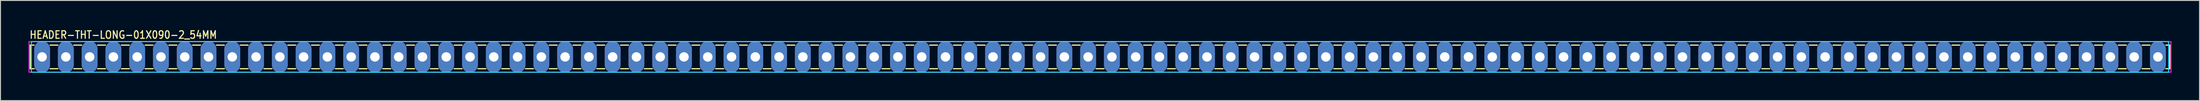
<source format=kicad_pcb>
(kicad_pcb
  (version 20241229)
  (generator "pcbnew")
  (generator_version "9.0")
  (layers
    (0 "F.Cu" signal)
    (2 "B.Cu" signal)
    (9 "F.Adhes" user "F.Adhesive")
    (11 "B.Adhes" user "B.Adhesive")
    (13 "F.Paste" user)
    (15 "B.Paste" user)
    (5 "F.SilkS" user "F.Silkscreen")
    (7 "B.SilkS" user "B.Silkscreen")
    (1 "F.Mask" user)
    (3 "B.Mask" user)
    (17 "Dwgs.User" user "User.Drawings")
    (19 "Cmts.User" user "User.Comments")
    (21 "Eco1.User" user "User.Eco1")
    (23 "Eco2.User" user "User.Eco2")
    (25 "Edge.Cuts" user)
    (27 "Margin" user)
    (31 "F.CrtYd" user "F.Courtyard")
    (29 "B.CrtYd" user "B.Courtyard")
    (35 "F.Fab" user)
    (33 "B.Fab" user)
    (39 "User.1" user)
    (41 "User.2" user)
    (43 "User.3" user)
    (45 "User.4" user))
  (footprint "HEADER-THT-LONG-01X090-2_54MM"
    (layer "F.Cu")
    (at 1.447 3.079)
    (property "Reference" "HEADER-THT-LONG-01X090-2_54MM" (at -1.4 -1.9 0) (unlocked yes) (layer "F.SilkS") (effects (font (size 0.813 0.695) (thickness 0.122)) (justify left bottom)))
    (fp_line (start -1.27 -1.27) (end -1.27 1.27) (stroke (width 0.127) (type solid)) (layer "F.SilkS"))
    (fp_line (start -1.27 1.27) (end -0.85 1.27) (stroke (width 0.127) (type solid)) (layer "F.SilkS"))
    (fp_line (start -0.85 -1.27) (end -1.27 -1.27) (stroke (width 0.127) (type solid)) (layer "F.SilkS"))
    (fp_line (start 0.85 -1.27) (end 1.69 -1.27) (stroke (width 0.127) (type solid)) (layer "F.SilkS"))
    (fp_line (start 0.85 1.27) (end 1.69 1.27) (stroke (width 0.127) (type solid)) (layer "F.SilkS"))
    (fp_line (start 3.39 -1.27) (end 4.23 -1.27) (stroke (width 0.127) (type solid)) (layer "F.SilkS"))
    (fp_line (start 3.39 1.27) (end 4.23 1.27) (stroke (width 0.127) (type solid)) (layer "F.SilkS"))
    (fp_line (start 5.93 -1.27) (end 6.77 -1.27) (stroke (width 0.127) (type solid)) (layer "F.SilkS"))
    (fp_line (start 5.93 1.27) (end 6.77 1.27) (stroke (width 0.127) (type solid)) (layer "F.SilkS"))
    (fp_line (start 8.47 -1.27) (end 9.31 -1.27) (stroke (width 0.127) (type solid)) (layer "F.SilkS"))
    (fp_line (start 8.47 1.27) (end 9.31 1.27) (stroke (width 0.127) (type solid)) (layer "F.SilkS"))
    (fp_line (start 11.01 -1.27) (end 11.85 -1.27) (stroke (width 0.127) (type solid)) (layer "F.SilkS"))
    (fp_line (start 11.01 1.27) (end 11.85 1.27) (stroke (width 0.127) (type solid)) (layer "F.SilkS"))
    (fp_line (start 13.55 -1.27) (end 14.39 -1.27) (stroke (width 0.127) (type solid)) (layer "F.SilkS"))
    (fp_line (start 13.55 1.27) (end 14.39 1.27) (stroke (width 0.127) (type solid)) (layer "F.SilkS"))
    (fp_line (start 16.09 -1.27) (end 16.93 -1.27) (stroke (width 0.127) (type solid)) (layer "F.SilkS"))
    (fp_line (start 16.09 1.27) (end 16.93 1.27) (stroke (width 0.127) (type solid)) (layer "F.SilkS"))
    (fp_line (start 18.63 -1.27) (end 19.47 -1.27) (stroke (width 0.127) (type solid)) (layer "F.SilkS"))
    (fp_line (start 18.63 1.27) (end 19.47 1.27) (stroke (width 0.127) (type solid)) (layer "F.SilkS"))
    (fp_line (start 21.17 -1.27) (end 22.01 -1.27) (stroke (width 0.127) (type solid)) (layer "F.SilkS"))
    (fp_line (start 21.17 1.27) (end 22.01 1.27) (stroke (width 0.127) (type solid)) (layer "F.SilkS"))
    (fp_line (start 23.71 -1.27) (end 24.55 -1.27) (stroke (width 0.127) (type solid)) (layer "F.SilkS"))
    (fp_line (start 23.71 1.27) (end 24.55 1.27) (stroke (width 0.127) (type solid)) (layer "F.SilkS"))
    (fp_line (start 26.25 -1.27) (end 27.09 -1.27) (stroke (width 0.127) (type solid)) (layer "F.SilkS"))
    (fp_line (start 26.25 1.27) (end 27.09 1.27) (stroke (width 0.127) (type solid)) (layer "F.SilkS"))
    (fp_line (start 28.79 -1.27) (end 29.63 -1.27) (stroke (width 0.127) (type solid)) (layer "F.SilkS"))
    (fp_line (start 28.79 1.27) (end 29.63 1.27) (stroke (width 0.127) (type solid)) (layer "F.SilkS"))
    (fp_line (start 31.33 -1.27) (end 32.17 -1.27) (stroke (width 0.127) (type solid)) (layer "F.SilkS"))
    (fp_line (start 31.33 1.27) (end 32.17 1.27) (stroke (width 0.127) (type solid)) (layer "F.SilkS"))
    (fp_line (start 33.87 -1.27) (end 34.71 -1.27) (stroke (width 0.127) (type solid)) (layer "F.SilkS"))
    (fp_line (start 33.87 1.27) (end 34.71 1.27) (stroke (width 0.127) (type solid)) (layer "F.SilkS"))
    (fp_line (start 36.41 -1.27) (end 37.25 -1.27) (stroke (width 0.127) (type solid)) (layer "F.SilkS"))
    (fp_line (start 36.41 1.27) (end 37.25 1.27) (stroke (width 0.127) (type solid)) (layer "F.SilkS"))
    (fp_line (start 38.95 -1.27) (end 39.79 -1.27) (stroke (width 0.127) (type solid)) (layer "F.SilkS"))
    (fp_line (start 38.95 1.27) (end 39.79 1.27) (stroke (width 0.127) (type solid)) (layer "F.SilkS"))
    (fp_line (start 41.49 -1.27) (end 42.33 -1.27) (stroke (width 0.127) (type solid)) (layer "F.SilkS"))
    (fp_line (start 41.49 1.27) (end 42.33 1.27) (stroke (width 0.127) (type solid)) (layer "F.SilkS"))
    (fp_line (start 44.03 -1.27) (end 44.87 -1.27) (stroke (width 0.127) (type solid)) (layer "F.SilkS"))
    (fp_line (start 44.03 1.27) (end 44.87 1.27) (stroke (width 0.127) (type solid)) (layer "F.SilkS"))
    (fp_line (start 46.57 -1.27) (end 47.41 -1.27) (stroke (width 0.127) (type solid)) (layer "F.SilkS"))
    (fp_line (start 46.57 1.27) (end 47.41 1.27) (stroke (width 0.127) (type solid)) (layer "F.SilkS"))
    (fp_line (start 49.11 -1.27) (end 49.95 -1.27) (stroke (width 0.127) (type solid)) (layer "F.SilkS"))
    (fp_line (start 49.11 1.27) (end 49.95 1.27) (stroke (width 0.127) (type solid)) (layer "F.SilkS"))
    (fp_line (start 51.65 -1.27) (end 52.49 -1.27) (stroke (width 0.127) (type solid)) (layer "F.SilkS"))
    (fp_line (start 51.65 1.27) (end 52.49 1.27) (stroke (width 0.127) (type solid)) (layer "F.SilkS"))
    (fp_line (start 54.19 -1.27) (end 55.03 -1.27) (stroke (width 0.127) (type solid)) (layer "F.SilkS"))
    (fp_line (start 54.19 1.27) (end 55.03 1.27) (stroke (width 0.127) (type solid)) (layer "F.SilkS"))
    (fp_line (start 56.73 -1.27) (end 57.57 -1.27) (stroke (width 0.127) (type solid)) (layer "F.SilkS"))
    (fp_line (start 56.73 1.27) (end 57.57 1.27) (stroke (width 0.127) (type solid)) (layer "F.SilkS"))
    (fp_line (start 59.27 -1.27) (end 60.11 -1.27) (stroke (width 0.127) (type solid)) (layer "F.SilkS"))
    (fp_line (start 59.27 1.27) (end 60.11 1.27) (stroke (width 0.127) (type solid)) (layer "F.SilkS"))
    (fp_line (start 61.81 -1.27) (end 62.65 -1.27) (stroke (width 0.127) (type solid)) (layer "F.SilkS"))
    (fp_line (start 61.81 1.27) (end 62.65 1.27) (stroke (width 0.127) (type solid)) (layer "F.SilkS"))
    (fp_line (start 64.35 -1.27) (end 65.19 -1.27) (stroke (width 0.127) (type solid)) (layer "F.SilkS"))
    (fp_line (start 64.35 1.27) (end 65.19 1.27) (stroke (width 0.127) (type solid)) (layer "F.SilkS"))
    (fp_line (start 66.89 -1.27) (end 67.73 -1.27) (stroke (width 0.127) (type solid)) (layer "F.SilkS"))
    (fp_line (start 66.89 1.27) (end 67.73 1.27) (stroke (width 0.127) (type solid)) (layer "F.SilkS"))
    (fp_line (start 69.43 -1.27) (end 70.27 -1.27) (stroke (width 0.127) (type solid)) (layer "F.SilkS"))
    (fp_line (start 69.43 1.27) (end 70.27 1.27) (stroke (width 0.127) (type solid)) (layer "F.SilkS"))
    (fp_line (start 71.97 -1.27) (end 72.81 -1.27) (stroke (width 0.127) (type solid)) (layer "F.SilkS"))
    (fp_line (start 71.97 1.27) (end 72.81 1.27) (stroke (width 0.127) (type solid)) (layer "F.SilkS"))
    (fp_line (start 74.51 -1.27) (end 75.35 -1.27) (stroke (width 0.127) (type solid)) (layer "F.SilkS"))
    (fp_line (start 74.51 1.27) (end 75.35 1.27) (stroke (width 0.127) (type solid)) (layer "F.SilkS"))
    (fp_line (start 77.05 -1.27) (end 77.89 -1.27) (stroke (width 0.127) (type solid)) (layer "F.SilkS"))
    (fp_line (start 77.05 1.27) (end 77.89 1.27) (stroke (width 0.127) (type solid)) (layer "F.SilkS"))
    (fp_line (start 79.59 -1.27) (end 80.43 -1.27) (stroke (width 0.127) (type solid)) (layer "F.SilkS"))
    (fp_line (start 79.59 1.27) (end 80.43 1.27) (stroke (width 0.127) (type solid)) (layer "F.SilkS"))
    (fp_line (start 82.13 -1.27) (end 82.97 -1.27) (stroke (width 0.127) (type solid)) (layer "F.SilkS"))
    (fp_line (start 82.13 1.27) (end 82.97 1.27) (stroke (width 0.127) (type solid)) (layer "F.SilkS"))
    (fp_line (start 84.67 -1.27) (end 85.51 -1.27) (stroke (width 0.127) (type solid)) (layer "F.SilkS"))
    (fp_line (start 84.67 1.27) (end 85.51 1.27) (stroke (width 0.127) (type solid)) (layer "F.SilkS"))
    (fp_line (start 87.21 -1.27) (end 88.05 -1.27) (stroke (width 0.127) (type solid)) (layer "F.SilkS"))
    (fp_line (start 87.21 1.27) (end 88.05 1.27) (stroke (width 0.127) (type solid)) (layer "F.SilkS"))
    (fp_line (start 89.75 -1.27) (end 90.59 -1.27) (stroke (width 0.127) (type solid)) (layer "F.SilkS"))
    (fp_line (start 89.75 1.27) (end 90.59 1.27) (stroke (width 0.127) (type solid)) (layer "F.SilkS"))
    (fp_line (start 92.29 -1.27) (end 93.13 -1.27) (stroke (width 0.127) (type solid)) (layer "F.SilkS"))
    (fp_line (start 92.29 1.27) (end 93.13 1.27) (stroke (width 0.127) (type solid)) (layer "F.SilkS"))
    (fp_line (start 94.83 -1.27) (end 95.67 -1.27) (stroke (width 0.127) (type solid)) (layer "F.SilkS"))
    (fp_line (start 94.83 1.27) (end 95.67 1.27) (stroke (width 0.127) (type solid)) (layer "F.SilkS"))
    (fp_line (start 97.37 -1.27) (end 98.21 -1.27) (stroke (width 0.127) (type solid)) (layer "F.SilkS"))
    (fp_line (start 97.37 1.27) (end 98.21 1.27) (stroke (width 0.127) (type solid)) (layer "F.SilkS"))
    (fp_line (start 99.91 -1.27) (end 100.75 -1.27) (stroke (width 0.127) (type solid)) (layer "F.SilkS"))
    (fp_line (start 99.91 1.27) (end 100.75 1.27) (stroke (width 0.127) (type solid)) (layer "F.SilkS"))
    (fp_line (start 102.45 -1.27) (end 103.29 -1.27) (stroke (width 0.127) (type solid)) (layer "F.SilkS"))
    (fp_line (start 102.45 1.27) (end 103.29 1.27) (stroke (width 0.127) (type solid)) (layer "F.SilkS"))
    (fp_line (start 104.99 -1.27) (end 105.83 -1.27) (stroke (width 0.127) (type solid)) (layer "F.SilkS"))
    (fp_line (start 104.99 1.27) (end 105.83 1.27) (stroke (width 0.127) (type solid)) (layer "F.SilkS"))
    (fp_line (start 107.53 -1.27) (end 108.37 -1.27) (stroke (width 0.127) (type solid)) (layer "F.SilkS"))
    (fp_line (start 107.53 1.27) (end 108.37 1.27) (stroke (width 0.127) (type solid)) (layer "F.SilkS"))
    (fp_line (start 110.07 -1.27) (end 110.91 -1.27) (stroke (width 0.127) (type solid)) (layer "F.SilkS"))
    (fp_line (start 110.07 1.27) (end 110.91 1.27) (stroke (width 0.127) (type solid)) (layer "F.SilkS"))
    (fp_line (start 112.61 -1.27) (end 113.45 -1.27) (stroke (width 0.127) (type solid)) (layer "F.SilkS"))
    (fp_line (start 112.61 1.27) (end 113.45 1.27) (stroke (width 0.127) (type solid)) (layer "F.SilkS"))
    (fp_line (start 115.15 -1.27) (end 115.99 -1.27) (stroke (width 0.127) (type solid)) (layer "F.SilkS"))
    (fp_line (start 115.15 1.27) (end 115.99 1.27) (stroke (width 0.127) (type solid)) (layer "F.SilkS"))
    (fp_line (start 117.69 -1.27) (end 118.53 -1.27) (stroke (width 0.127) (type solid)) (layer "F.SilkS"))
    (fp_line (start 117.69 1.27) (end 118.53 1.27) (stroke (width 0.127) (type solid)) (layer "F.SilkS"))
    (fp_line (start 120.23 -1.27) (end 121.07 -1.27) (stroke (width 0.127) (type solid)) (layer "F.SilkS"))
    (fp_line (start 120.23 1.27) (end 121.07 1.27) (stroke (width 0.127) (type solid)) (layer "F.SilkS"))
    (fp_line (start 122.77 -1.27) (end 123.61 -1.27) (stroke (width 0.127) (type solid)) (layer "F.SilkS"))
    (fp_line (start 122.77 1.27) (end 123.61 1.27) (stroke (width 0.127) (type solid)) (layer "F.SilkS"))
    (fp_line (start 125.31 -1.27) (end 126.15 -1.27) (stroke (width 0.127) (type solid)) (layer "F.SilkS"))
    (fp_line (start 125.31 1.27) (end 126.15 1.27) (stroke (width 0.127) (type solid)) (layer "F.SilkS"))
    (fp_line (start 127.85 -1.27) (end 128.69 -1.27) (stroke (width 0.127) (type solid)) (layer "F.SilkS"))
    (fp_line (start 127.85 1.27) (end 128.69 1.27) (stroke (width 0.127) (type solid)) (layer "F.SilkS"))
    (fp_line (start 130.39 -1.27) (end 131.23 -1.27) (stroke (width 0.127) (type solid)) (layer "F.SilkS"))
    (fp_line (start 130.39 1.27) (end 131.23 1.27) (stroke (width 0.127) (type solid)) (layer "F.SilkS"))
    (fp_line (start 132.93 -1.27) (end 133.77 -1.27) (stroke (width 0.127) (type solid)) (layer "F.SilkS"))
    (fp_line (start 132.93 1.27) (end 133.77 1.27) (stroke (width 0.127) (type solid)) (layer "F.SilkS"))
    (fp_line (start 135.47 -1.27) (end 136.31 -1.27) (stroke (width 0.127) (type solid)) (layer "F.SilkS"))
    (fp_line (start 135.47 1.27) (end 136.31 1.27) (stroke (width 0.127) (type solid)) (layer "F.SilkS"))
    (fp_line (start 138.01 -1.27) (end 138.85 -1.27) (stroke (width 0.127) (type solid)) (layer "F.SilkS"))
    (fp_line (start 138.01 1.27) (end 138.85 1.27) (stroke (width 0.127) (type solid)) (layer "F.SilkS"))
    (fp_line (start 140.55 -1.27) (end 141.39 -1.27) (stroke (width 0.127) (type solid)) (layer "F.SilkS"))
    (fp_line (start 140.55 1.27) (end 141.39 1.27) (stroke (width 0.127) (type solid)) (layer "F.SilkS"))
    (fp_line (start 143.09 -1.27) (end 143.93 -1.27) (stroke (width 0.127) (type solid)) (layer "F.SilkS"))
    (fp_line (start 143.09 1.27) (end 143.93 1.27) (stroke (width 0.127) (type solid)) (layer "F.SilkS"))
    (fp_line (start 145.63 -1.27) (end 146.47 -1.27) (stroke (width 0.127) (type solid)) (layer "F.SilkS"))
    (fp_line (start 145.63 1.27) (end 146.47 1.27) (stroke (width 0.127) (type solid)) (layer "F.SilkS"))
    (fp_line (start 148.17 -1.27) (end 149.01 -1.27) (stroke (width 0.127) (type solid)) (layer "F.SilkS"))
    (fp_line (start 148.17 1.27) (end 149.01 1.27) (stroke (width 0.127) (type solid)) (layer "F.SilkS"))
    (fp_line (start 150.71 -1.27) (end 151.55 -1.27) (stroke (width 0.127) (type solid)) (layer "F.SilkS"))
    (fp_line (start 150.71 1.27) (end 151.55 1.27) (stroke (width 0.127) (type solid)) (layer "F.SilkS"))
    (fp_line (start 153.25 -1.27) (end 154.09 -1.27) (stroke (width 0.127) (type solid)) (layer "F.SilkS"))
    (fp_line (start 153.25 1.27) (end 154.09 1.27) (stroke (width 0.127) (type solid)) (layer "F.SilkS"))
    (fp_line (start 155.79 -1.27) (end 156.63 -1.27) (stroke (width 0.127) (type solid)) (layer "F.SilkS"))
    (fp_line (start 155.79 1.27) (end 156.63 1.27) (stroke (width 0.127) (type solid)) (layer "F.SilkS"))
    (fp_line (start 158.33 -1.27) (end 159.17 -1.27) (stroke (width 0.127) (type solid)) (layer "F.SilkS"))
    (fp_line (start 158.33 1.27) (end 159.17 1.27) (stroke (width 0.127) (type solid)) (layer "F.SilkS"))
    (fp_line (start 160.87 -1.27) (end 161.71 -1.27) (stroke (width 0.127) (type solid)) (layer "F.SilkS"))
    (fp_line (start 160.87 1.27) (end 161.71 1.27) (stroke (width 0.127) (type solid)) (layer "F.SilkS"))
    (fp_line (start 163.41 -1.27) (end 164.25 -1.27) (stroke (width 0.127) (type solid)) (layer "F.SilkS"))
    (fp_line (start 163.41 1.27) (end 164.25 1.27) (stroke (width 0.127) (type solid)) (layer "F.SilkS"))
    (fp_line (start 165.95 -1.27) (end 166.79 -1.27) (stroke (width 0.127) (type solid)) (layer "F.SilkS"))
    (fp_line (start 165.95 1.27) (end 166.79 1.27) (stroke (width 0.127) (type solid)) (layer "F.SilkS"))
    (fp_line (start 168.49 -1.27) (end 169.33 -1.27) (stroke (width 0.127) (type solid)) (layer "F.SilkS"))
    (fp_line (start 168.49 1.27) (end 169.33 1.27) (stroke (width 0.127) (type solid)) (layer "F.SilkS"))
    (fp_line (start 171.03 -1.27) (end 171.87 -1.27) (stroke (width 0.127) (type solid)) (layer "F.SilkS"))
    (fp_line (start 171.03 1.27) (end 171.87 1.27) (stroke (width 0.127) (type solid)) (layer "F.SilkS"))
    (fp_line (start 173.57 -1.27) (end 174.41 -1.27) (stroke (width 0.127) (type solid)) (layer "F.SilkS"))
    (fp_line (start 173.57 1.27) (end 174.41 1.27) (stroke (width 0.127) (type solid)) (layer "F.SilkS"))
    (fp_line (start 176.11 -1.27) (end 176.95 -1.27) (stroke (width 0.127) (type solid)) (layer "F.SilkS"))
    (fp_line (start 176.11 1.27) (end 176.95 1.27) (stroke (width 0.127) (type solid)) (layer "F.SilkS"))
    (fp_line (start 178.65 -1.27) (end 179.49 -1.27) (stroke (width 0.127) (type solid)) (layer "F.SilkS"))
    (fp_line (start 178.65 1.27) (end 179.49 1.27) (stroke (width 0.127) (type solid)) (layer "F.SilkS"))
    (fp_line (start 181.19 -1.27) (end 182.03 -1.27) (stroke (width 0.127) (type solid)) (layer "F.SilkS"))
    (fp_line (start 181.19 1.27) (end 182.03 1.27) (stroke (width 0.127) (type solid)) (layer "F.SilkS"))
    (fp_line (start 183.73 -1.27) (end 184.57 -1.27) (stroke (width 0.127) (type solid)) (layer "F.SilkS"))
    (fp_line (start 183.73 1.27) (end 184.57 1.27) (stroke (width 0.127) (type solid)) (layer "F.SilkS"))
    (fp_line (start 186.27 -1.27) (end 187.11 -1.27) (stroke (width 0.127) (type solid)) (layer "F.SilkS"))
    (fp_line (start 186.27 1.27) (end 187.11 1.27) (stroke (width 0.127) (type solid)) (layer "F.SilkS"))
    (fp_line (start 188.81 -1.27) (end 189.65 -1.27) (stroke (width 0.127) (type solid)) (layer "F.SilkS"))
    (fp_line (start 188.81 1.27) (end 189.65 1.27) (stroke (width 0.127) (type solid)) (layer "F.SilkS"))
    (fp_line (start 191.35 -1.27) (end 192.19 -1.27) (stroke (width 0.127) (type solid)) (layer "F.SilkS"))
    (fp_line (start 191.35 1.27) (end 192.19 1.27) (stroke (width 0.127) (type solid)) (layer "F.SilkS"))
    (fp_line (start 193.89 -1.27) (end 194.73 -1.27) (stroke (width 0.127) (type solid)) (layer "F.SilkS"))
    (fp_line (start 193.89 1.27) (end 194.73 1.27) (stroke (width 0.127) (type solid)) (layer "F.SilkS"))
    (fp_line (start 196.43 -1.27) (end 197.27 -1.27) (stroke (width 0.127) (type solid)) (layer "F.SilkS"))
    (fp_line (start 196.43 1.27) (end 197.27 1.27) (stroke (width 0.127) (type solid)) (layer "F.SilkS"))
    (fp_line (start 198.97 -1.27) (end 199.81 -1.27) (stroke (width 0.127) (type solid)) (layer "F.SilkS"))
    (fp_line (start 198.97 1.27) (end 199.81 1.27) (stroke (width 0.127) (type solid)) (layer "F.SilkS"))
    (fp_line (start 201.51 -1.27) (end 202.35 -1.27) (stroke (width 0.127) (type solid)) (layer "F.SilkS"))
    (fp_line (start 201.51 1.27) (end 202.35 1.27) (stroke (width 0.127) (type solid)) (layer "F.SilkS"))
    (fp_line (start 204.05 -1.27) (end 204.89 -1.27) (stroke (width 0.127) (type solid)) (layer "F.SilkS"))
    (fp_line (start 204.05 1.27) (end 204.89 1.27) (stroke (width 0.127) (type solid)) (layer "F.SilkS"))
    (fp_line (start 206.59 -1.27) (end 207.43 -1.27) (stroke (width 0.127) (type solid)) (layer "F.SilkS"))
    (fp_line (start 206.59 1.27) (end 207.43 1.27) (stroke (width 0.127) (type solid)) (layer "F.SilkS"))
    (fp_line (start 209.13 -1.27) (end 209.97 -1.27) (stroke (width 0.127) (type solid)) (layer "F.SilkS"))
    (fp_line (start 209.13 1.27) (end 209.97 1.27) (stroke (width 0.127) (type solid)) (layer "F.SilkS"))
    (fp_line (start 211.67 -1.27) (end 212.51 -1.27) (stroke (width 0.127) (type solid)) (layer "F.SilkS"))
    (fp_line (start 211.67 1.27) (end 212.51 1.27) (stroke (width 0.127) (type solid)) (layer "F.SilkS"))
    (fp_line (start 214.21 -1.27) (end 215.05 -1.27) (stroke (width 0.127) (type solid)) (layer "F.SilkS"))
    (fp_line (start 214.21 1.27) (end 215.05 1.27) (stroke (width 0.127) (type solid)) (layer "F.SilkS"))
    (fp_line (start 216.75 -1.27) (end 217.59 -1.27) (stroke (width 0.127) (type solid)) (layer "F.SilkS"))
    (fp_line (start 216.75 1.27) (end 217.59 1.27) (stroke (width 0.127) (type solid)) (layer "F.SilkS"))
    (fp_line (start 219.29 -1.27) (end 220.13 -1.27) (stroke (width 0.127) (type solid)) (layer "F.SilkS"))
    (fp_line (start 219.29 1.27) (end 220.13 1.27) (stroke (width 0.127) (type solid)) (layer "F.SilkS"))
    (fp_line (start 221.83 -1.27) (end 222.67 -1.27) (stroke (width 0.127) (type solid)) (layer "F.SilkS"))
    (fp_line (start 221.83 1.27) (end 222.67 1.27) (stroke (width 0.127) (type solid)) (layer "F.SilkS"))
    (fp_line (start 224.37 -1.27) (end 225.21 -1.27) (stroke (width 0.127) (type solid)) (layer "F.SilkS"))
    (fp_line (start 224.37 1.27) (end 225.21 1.27) (stroke (width 0.127) (type solid)) (layer "F.SilkS"))
    (fp_line (start 226.91 -1.27) (end 227.33 -1.27) (stroke (width 0.127) (type solid)) (layer "F.SilkS"))
    (fp_line (start 227.33 -1.27) (end 227.33 1.27) (stroke (width 0.127) (type solid)) (layer "F.SilkS"))
    (fp_line (start 227.33 1.27) (end 226.91 1.27) (stroke (width 0.127) (type solid)) (layer "F.SilkS"))
    (fp_poly (pts (xy -1.143 -1.651) (xy 227.203 -1.651) (xy 227.203 1.651) (xy -1.143 1.651)) (stroke (width 0.1) (type solid)) (fill no) (layer "B.CrtYd"))
    (fp_poly (pts (xy -1.397 -1.651) (xy 227.457 -1.651) (xy 227.457 1.651) (xy -1.397 1.651)) (stroke (width 0.1) (type solid)) (fill no) (layer "F.CrtYd"))
    (pad "1" thru_hole oval (at 0 0 90) (size 3.387 1.693) (drill 1.016) (layers "*.Cu" "*.Mask"))
    (pad "2" thru_hole oval (at 2.54 0 90) (size 3.387 1.693) (drill 1.016) (layers "*.Cu" "*.Mask"))
    (pad "3" thru_hole oval (at 5.08 0 90) (size 3.387 1.693) (drill 1.016) (layers "*.Cu" "*.Mask"))
    (pad "4" thru_hole oval (at 7.62 0 90) (size 3.387 1.693) (drill 1.016) (layers "*.Cu" "*.Mask"))
    (pad "5" thru_hole oval (at 10.16 0 90) (size 3.387 1.693) (drill 1.016) (layers "*.Cu" "*.Mask"))
    (pad "6" thru_hole oval (at 12.7 0 90) (size 3.387 1.693) (drill 1.016) (layers "*.Cu" "*.Mask"))
    (pad "7" thru_hole oval (at 15.24 0 90) (size 3.387 1.693) (drill 1.016) (layers "*.Cu" "*.Mask"))
    (pad "8" thru_hole oval (at 17.78 0 90) (size 3.387 1.693) (drill 1.016) (layers "*.Cu" "*.Mask"))
    (pad "9" thru_hole oval (at 20.32 0 90) (size 3.387 1.693) (drill 1.016) (layers "*.Cu" "*.Mask"))
    (pad "10" thru_hole oval (at 22.86 0 90) (size 3.387 1.693) (drill 1.016) (layers "*.Cu" "*.Mask"))
    (pad "11" thru_hole oval (at 25.4 0 90) (size 3.387 1.693) (drill 1.016) (layers "*.Cu" "*.Mask"))
    (pad "12" thru_hole oval (at 27.94 0 90) (size 3.387 1.693) (drill 1.016) (layers "*.Cu" "*.Mask"))
    (pad "13" thru_hole oval (at 30.48 0 90) (size 3.387 1.693) (drill 1.016) (layers "*.Cu" "*.Mask"))
    (pad "14" thru_hole oval (at 33.02 0 90) (size 3.387 1.693) (drill 1.016) (layers "*.Cu" "*.Mask"))
    (pad "15" thru_hole oval (at 35.56 0 90) (size 3.387 1.693) (drill 1.016) (layers "*.Cu" "*.Mask"))
    (pad "16" thru_hole oval (at 38.1 0 90) (size 3.387 1.693) (drill 1.016) (layers "*.Cu" "*.Mask"))
    (pad "17" thru_hole oval (at 40.64 0 90) (size 3.387 1.693) (drill 1.016) (layers "*.Cu" "*.Mask"))
    (pad "18" thru_hole oval (at 43.18 0 90) (size 3.387 1.693) (drill 1.016) (layers "*.Cu" "*.Mask"))
    (pad "19" thru_hole oval (at 45.72 0 90) (size 3.387 1.693) (drill 1.016) (layers "*.Cu" "*.Mask"))
    (pad "20" thru_hole oval (at 48.26 0 90) (size 3.387 1.693) (drill 1.016) (layers "*.Cu" "*.Mask"))
    (pad "21" thru_hole oval (at 50.8 0 90) (size 3.387 1.693) (drill 1.016) (layers "*.Cu" "*.Mask"))
    (pad "22" thru_hole oval (at 53.34 0 90) (size 3.387 1.693) (drill 1.016) (layers "*.Cu" "*.Mask"))
    (pad "23" thru_hole oval (at 55.88 0 90) (size 3.387 1.693) (drill 1.016) (layers "*.Cu" "*.Mask"))
    (pad "24" thru_hole oval (at 58.42 0 90) (size 3.387 1.693) (drill 1.016) (layers "*.Cu" "*.Mask"))
    (pad "25" thru_hole oval (at 60.96 0 90) (size 3.387 1.693) (drill 1.016) (layers "*.Cu" "*.Mask"))
    (pad "26" thru_hole oval (at 63.5 0 90) (size 3.387 1.693) (drill 1.016) (layers "*.Cu" "*.Mask"))
    (pad "27" thru_hole oval (at 66.04 0 90) (size 3.387 1.693) (drill 1.016) (layers "*.Cu" "*.Mask"))
    (pad "28" thru_hole oval (at 68.58 0 90) (size 3.387 1.693) (drill 1.016) (layers "*.Cu" "*.Mask"))
    (pad "29" thru_hole oval (at 71.12 0 90) (size 3.387 1.693) (drill 1.016) (layers "*.Cu" "*.Mask"))
    (pad "30" thru_hole oval (at 73.66 0 90) (size 3.387 1.693) (drill 1.016) (layers "*.Cu" "*.Mask"))
    (pad "31" thru_hole oval (at 76.2 0 90) (size 3.387 1.693) (drill 1.016) (layers "*.Cu" "*.Mask"))
    (pad "32" thru_hole oval (at 78.74 0 90) (size 3.387 1.693) (drill 1.016) (layers "*.Cu" "*.Mask"))
    (pad "33" thru_hole oval (at 81.28 0 90) (size 3.387 1.693) (drill 1.016) (layers "*.Cu" "*.Mask"))
    (pad "34" thru_hole oval (at 83.82 0 90) (size 3.387 1.693) (drill 1.016) (layers "*.Cu" "*.Mask"))
    (pad "35" thru_hole oval (at 86.36 0 90) (size 3.387 1.693) (drill 1.016) (layers "*.Cu" "*.Mask"))
    (pad "36" thru_hole oval (at 88.9 0 90) (size 3.387 1.693) (drill 1.016) (layers "*.Cu" "*.Mask"))
    (pad "37" thru_hole oval (at 91.44 0 90) (size 3.387 1.693) (drill 1.016) (layers "*.Cu" "*.Mask"))
    (pad "38" thru_hole oval (at 93.98 0 90) (size 3.387 1.693) (drill 1.016) (layers "*.Cu" "*.Mask"))
    (pad "39" thru_hole oval (at 96.52 0 90) (size 3.387 1.693) (drill 1.016) (layers "*.Cu" "*.Mask"))
    (pad "40" thru_hole oval (at 99.06 0 90) (size 3.387 1.693) (drill 1.016) (layers "*.Cu" "*.Mask"))
    (pad "41" thru_hole oval (at 101.6 0 90) (size 3.387 1.693) (drill 1.016) (layers "*.Cu" "*.Mask"))
    (pad "42" thru_hole oval (at 104.14 0 90) (size 3.387 1.693) (drill 1.016) (layers "*.Cu" "*.Mask"))
    (pad "43" thru_hole oval (at 106.68 0 90) (size 3.387 1.693) (drill 1.016) (layers "*.Cu" "*.Mask"))
    (pad "44" thru_hole oval (at 109.22 0 90) (size 3.387 1.693) (drill 1.016) (layers "*.Cu" "*.Mask"))
    (pad "45" thru_hole oval (at 111.76 0 90) (size 3.387 1.693) (drill 1.016) (layers "*.Cu" "*.Mask"))
    (pad "46" thru_hole oval (at 114.3 0 90) (size 3.387 1.693) (drill 1.016) (layers "*.Cu" "*.Mask"))
    (pad "47" thru_hole oval (at 116.84 0 90) (size 3.387 1.693) (drill 1.016) (layers "*.Cu" "*.Mask"))
    (pad "48" thru_hole oval (at 119.38 0 90) (size 3.387 1.693) (drill 1.016) (layers "*.Cu" "*.Mask"))
    (pad "49" thru_hole oval (at 121.92 0 90) (size 3.387 1.693) (drill 1.016) (layers "*.Cu" "*.Mask"))
    (pad "50" thru_hole oval (at 124.46 0 90) (size 3.387 1.693) (drill 1.016) (layers "*.Cu" "*.Mask"))
    (pad "51" thru_hole oval (at 127 0 90) (size 3.387 1.693) (drill 1.016) (layers "*.Cu" "*.Mask"))
    (pad "52" thru_hole oval (at 129.54 0 90) (size 3.387 1.693) (drill 1.016) (layers "*.Cu" "*.Mask"))
    (pad "53" thru_hole oval (at 132.08 0 90) (size 3.387 1.693) (drill 1.016) (layers "*.Cu" "*.Mask"))
    (pad "54" thru_hole oval (at 134.62 0 90) (size 3.387 1.693) (drill 1.016) (layers "*.Cu" "*.Mask"))
    (pad "55" thru_hole oval (at 137.16 0 90) (size 3.387 1.693) (drill 1.016) (layers "*.Cu" "*.Mask"))
    (pad "56" thru_hole oval (at 139.7 0 90) (size 3.387 1.693) (drill 1.016) (layers "*.Cu" "*.Mask"))
    (pad "57" thru_hole oval (at 142.24 0 90) (size 3.387 1.693) (drill 1.016) (layers "*.Cu" "*.Mask"))
    (pad "58" thru_hole oval (at 144.78 0 90) (size 3.387 1.693) (drill 1.016) (layers "*.Cu" "*.Mask"))
    (pad "59" thru_hole oval (at 147.32 0 90) (size 3.387 1.693) (drill 1.016) (layers "*.Cu" "*.Mask"))
    (pad "60" thru_hole oval (at 149.86 0 90) (size 3.387 1.693) (drill 1.016) (layers "*.Cu" "*.Mask"))
    (pad "61" thru_hole oval (at 152.4 0 90) (size 3.387 1.693) (drill 1.016) (layers "*.Cu" "*.Mask"))
    (pad "62" thru_hole oval (at 154.94 0 90) (size 3.387 1.693) (drill 1.016) (layers "*.Cu" "*.Mask"))
    (pad "63" thru_hole oval (at 157.48 0 90) (size 3.387 1.693) (drill 1.016) (layers "*.Cu" "*.Mask"))
    (pad "64" thru_hole oval (at 160.02 0 90) (size 3.387 1.693) (drill 1.016) (layers "*.Cu" "*.Mask"))
    (pad "65" thru_hole oval (at 162.56 0 90) (size 3.387 1.693) (drill 1.016) (layers "*.Cu" "*.Mask"))
    (pad "66" thru_hole oval (at 165.1 0 90) (size 3.387 1.693) (drill 1.016) (layers "*.Cu" "*.Mask"))
    (pad "67" thru_hole oval (at 167.64 0 90) (size 3.387 1.693) (drill 1.016) (layers "*.Cu" "*.Mask"))
    (pad "68" thru_hole oval (at 170.18 0 90) (size 3.387 1.693) (drill 1.016) (layers "*.Cu" "*.Mask"))
    (pad "69" thru_hole oval (at 172.72 0 90) (size 3.387 1.693) (drill 1.016) (layers "*.Cu" "*.Mask"))
    (pad "70" thru_hole oval (at 175.26 0 90) (size 3.387 1.693) (drill 1.016) (layers "*.Cu" "*.Mask"))
    (pad "71" thru_hole oval (at 177.8 0 90) (size 3.387 1.693) (drill 1.016) (layers "*.Cu" "*.Mask"))
    (pad "72" thru_hole oval (at 180.34 0 90) (size 3.387 1.693) (drill 1.016) (layers "*.Cu" "*.Mask"))
    (pad "73" thru_hole oval (at 182.88 0 90) (size 3.387 1.693) (drill 1.016) (layers "*.Cu" "*.Mask"))
    (pad "74" thru_hole oval (at 185.42 0 90) (size 3.387 1.693) (drill 1.016) (layers "*.Cu" "*.Mask"))
    (pad "75" thru_hole oval (at 187.96 0 90) (size 3.387 1.693) (drill 1.016) (layers "*.Cu" "*.Mask"))
    (pad "76" thru_hole oval (at 190.5 0 90) (size 3.387 1.693) (drill 1.016) (layers "*.Cu" "*.Mask"))
    (pad "77" thru_hole oval (at 193.04 0 90) (size 3.387 1.693) (drill 1.016) (layers "*.Cu" "*.Mask"))
    (pad "78" thru_hole oval (at 195.58 0 90) (size 3.387 1.693) (drill 1.016) (layers "*.Cu" "*.Mask"))
    (pad "79" thru_hole oval (at 198.12 0 90) (size 3.387 1.693) (drill 1.016) (layers "*.Cu" "*.Mask"))
    (pad "80" thru_hole oval (at 200.66 0 90) (size 3.387 1.693) (drill 1.016) (layers "*.Cu" "*.Mask"))
    (pad "81" thru_hole oval (at 203.2 0 90) (size 3.387 1.693) (drill 1.016) (layers "*.Cu" "*.Mask"))
    (pad "82" thru_hole oval (at 205.74 0 90) (size 3.387 1.693) (drill 1.016) (layers "*.Cu" "*.Mask"))
    (pad "83" thru_hole oval (at 208.28 0 90) (size 3.387 1.693) (drill 1.016) (layers "*.Cu" "*.Mask"))
    (pad "84" thru_hole oval (at 210.82 0 90) (size 3.387 1.693) (drill 1.016) (layers "*.Cu" "*.Mask"))
    (pad "85" thru_hole oval (at 213.36 0 90) (size 3.387 1.693) (drill 1.016) (layers "*.Cu" "*.Mask"))
    (pad "86" thru_hole oval (at 215.9 0 90) (size 3.387 1.693) (drill 1.016) (layers "*.Cu" "*.Mask"))
    (pad "87" thru_hole oval (at 218.44 0 90) (size 3.387 1.693) (drill 1.016) (layers "*.Cu" "*.Mask"))
    (pad "88" thru_hole oval (at 220.98 0 90) (size 3.387 1.693) (drill 1.016) (layers "*.Cu" "*.Mask"))
    (pad "89" thru_hole oval (at 223.52 0 90) (size 3.387 1.693) (drill 1.016) (layers "*.Cu" "*.Mask"))
    (pad "90" thru_hole oval (at 226.06 0 90) (size 3.387 1.693) (drill 1.016) (layers "*.Cu" "*.Mask")))
  (gr_rect
    (start -3 -3)
    (end 231.954 7.78)
    (stroke (width 0.1) (type default))
    (fill no)
    (layer "Edge.Cuts")))
</source>
